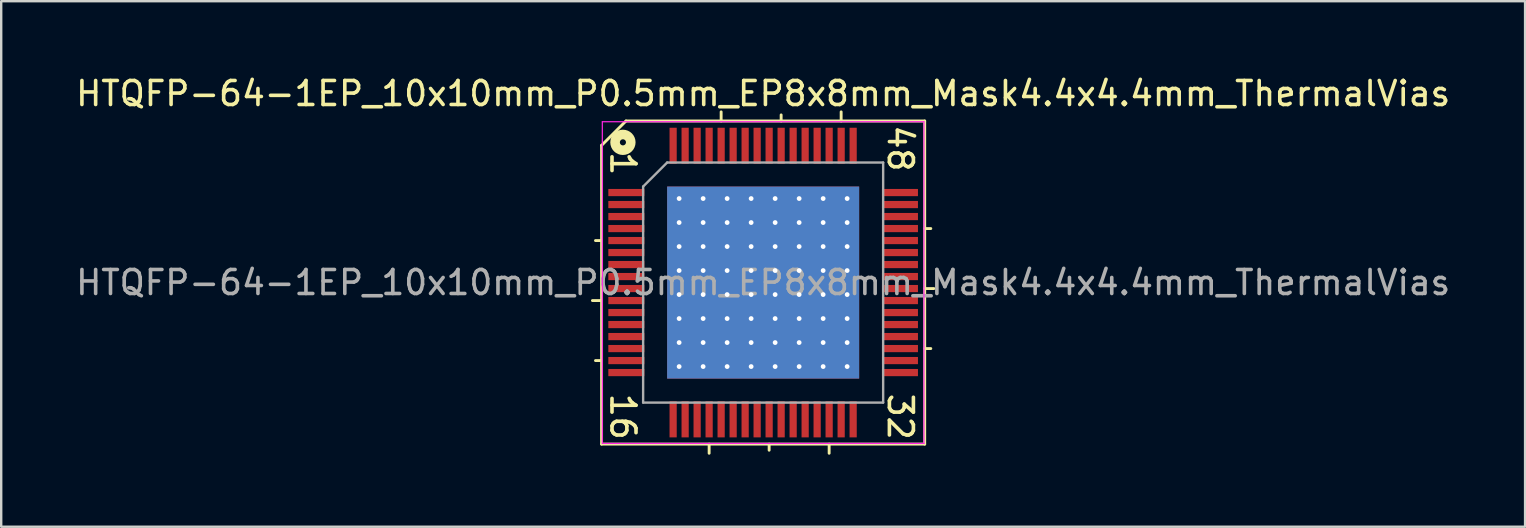
<source format=kicad_pcb>
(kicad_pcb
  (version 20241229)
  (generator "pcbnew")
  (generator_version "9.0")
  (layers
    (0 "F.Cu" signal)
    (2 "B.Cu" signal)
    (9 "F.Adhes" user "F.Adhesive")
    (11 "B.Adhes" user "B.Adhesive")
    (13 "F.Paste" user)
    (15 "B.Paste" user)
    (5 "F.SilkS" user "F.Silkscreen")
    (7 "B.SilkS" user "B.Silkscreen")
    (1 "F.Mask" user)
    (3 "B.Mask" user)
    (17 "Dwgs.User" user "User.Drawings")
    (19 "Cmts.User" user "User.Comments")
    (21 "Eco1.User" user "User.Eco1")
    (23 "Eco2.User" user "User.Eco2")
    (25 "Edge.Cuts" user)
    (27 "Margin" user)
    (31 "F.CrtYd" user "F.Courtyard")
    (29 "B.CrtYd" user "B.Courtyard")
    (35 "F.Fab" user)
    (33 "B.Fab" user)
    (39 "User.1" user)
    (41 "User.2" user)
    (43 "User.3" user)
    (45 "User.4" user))
  (footprint "HTQFP-64-1EP_10x10mm_P0.5mm_EP8x8mm_Mask4.4x4.4mm_ThermalVias"
    (layer "F.Cu")
    (at 28.744 8.722)
    (property "Reference" "HTQFP-64-1EP_10x10mm_P0.5mm_EP8x8mm_Mask4.4x4.4mm_ThermalVias" (at 0 -7.874 0) (layer "F.SilkS") (effects (font (size 1 1) (thickness 0.15))))
    (attr smd)
    (fp_line (start -6.731 -5.715) (end -6.731 6.731) (stroke (width 0.12) (type solid)) (layer "F.SilkS"))
    (fp_line (start -6.731 -1.75) (end -6.985 -1.75) (stroke (width 0.12) (type solid)) (layer "F.SilkS"))
    (fp_line (start -6.731 0.75) (end -7.112 0.75) (stroke (width 0.12) (type solid)) (layer "F.SilkS"))
    (fp_line (start -6.731 3.25) (end -6.985 3.25) (stroke (width 0.12) (type solid)) (layer "F.SilkS"))
    (fp_line (start -6.731 6.731) (end 6.731 6.731) (stroke (width 0.12) (type solid)) (layer "F.SilkS"))
    (fp_line (start -5.715 -6.731) (end -6.731 -5.715) (stroke (width 0.12) (type solid)) (layer "F.SilkS"))
    (fp_line (start -2.25 6.731) (end -2.25 7.112) (stroke (width 0.12) (type solid)) (layer "F.SilkS"))
    (fp_line (start -1.75 -6.731) (end -1.75 -7.112) (stroke (width 0.12) (type solid)) (layer "F.SilkS"))
    (fp_line (start 0.25 6.731) (end 0.25 6.985) (stroke (width 0.12) (type solid)) (layer "F.SilkS"))
    (fp_line (start 0.75 -6.731) (end 0.75 -6.985) (stroke (width 0.12) (type solid)) (layer "F.SilkS"))
    (fp_line (start 2.75 6.731) (end 2.75 7.112) (stroke (width 0.12) (type solid)) (layer "F.SilkS"))
    (fp_line (start 3.25 -6.731) (end 3.25 -7.112) (stroke (width 0.12) (type solid)) (layer "F.SilkS"))
    (fp_line (start 6.731 -6.731) (end -5.715 -6.731) (stroke (width 0.12) (type solid)) (layer "F.SilkS"))
    (fp_line (start 6.731 -2.25) (end 6.985 -2.25) (stroke (width 0.12) (type solid)) (layer "F.SilkS"))
    (fp_line (start 6.731 0.25) (end 7.112 0.25) (stroke (width 0.12) (type solid)) (layer "F.SilkS"))
    (fp_line (start 6.731 2.75) (end 6.985 2.75) (stroke (width 0.12) (type solid)) (layer "F.SilkS"))
    (fp_line (start 6.731 6.731) (end 6.731 -6.731) (stroke (width 0.12) (type solid)) (layer "F.SilkS"))
    (fp_circle (center -5.842 -5.842) (end -5.715 -5.842) (stroke (width 0.4) (type solid)) (fill no) (layer "F.SilkS"))
    (fp_line (start -6.7 -6.7) (end -6.7 6.7) (stroke (width 0.05) (type solid)) (layer "F.CrtYd"))
    (fp_line (start -6.7 -6.7) (end 6.7 -6.7) (stroke (width 0.05) (type solid)) (layer "F.CrtYd"))
    (fp_line (start -6.7 6.7) (end 6.7 6.7) (stroke (width 0.05) (type solid)) (layer "F.CrtYd"))
    (fp_line (start 6.7 -6.7) (end 6.7 6.7) (stroke (width 0.05) (type solid)) (layer "F.CrtYd"))
    (fp_line (start -5 -4) (end -4 -5) (stroke (width 0.1) (type solid)) (layer "F.Fab"))
    (fp_line (start -5 5) (end -5 -4) (stroke (width 0.1) (type solid)) (layer "F.Fab"))
    (fp_line (start -4 -5) (end 5 -5) (stroke (width 0.1) (type solid)) (layer "F.Fab"))
    (fp_line (start 5 -5) (end 5 5) (stroke (width 0.1) (type solid)) (layer "F.Fab"))
    (fp_line (start 5 5) (end -5 5) (stroke (width 0.1) (type solid)) (layer "F.Fab"))
    (fp_text user "48" (at 5.715 -5.588 270) (unlocked yes) (layer "F.SilkS") (effects (font (size 1 1) (thickness 0.15))))
    (fp_text user "1" (at -5.842 -4.953 270) (unlocked yes) (layer "F.SilkS") (effects (font (size 1 1) (thickness 0.15))))
    (fp_text user "16" (at -5.842 5.588 270) (unlocked yes) (layer "F.SilkS") (effects (font (size 1 1) (thickness 0.15))))
    (fp_text user "32" (at 5.715 5.588 270) (unlocked yes) (layer "F.SilkS") (effects (font (size 1 1) (thickness 0.15))))
    (fp_text user "${REFERENCE}" (at 0 0 0) (layer "F.Fab") (effects (font (size 1 1) (thickness 0.15))))
    (pad "" smd rect (at -1.1 -1.1 180) (size 1.75 1.75) (layers "F.Paste"))
    (pad "" smd rect (at -1.1 1.1 180) (size 1.75 1.75) (layers "F.Paste"))
    (pad "" smd rect (at 0 0 180) (size 4.4 4.4) (layers "F.Mask"))
    (pad "" smd rect (at 1.1 -1.1 180) (size 1.75 1.75) (layers "F.Paste"))
    (pad "" smd rect (at 1.1 1.1 180) (size 1.75 1.75) (layers "F.Paste"))
    (pad "1" smd rect (at -5.7 -3.75) (size 1.5 0.3) (layers "F.Cu" "F.Mask" "F.Paste"))
    (pad "2" smd rect (at -5.7 -3.25) (size 1.5 0.3) (layers "F.Cu" "F.Mask" "F.Paste"))
    (pad "3" smd rect (at -5.7 -2.75) (size 1.5 0.3) (layers "F.Cu" "F.Mask" "F.Paste"))
    (pad "4" smd rect (at -5.7 -2.25) (size 1.5 0.3) (layers "F.Cu" "F.Mask" "F.Paste"))
    (pad "5" smd rect (at -5.7 -1.75) (size 1.5 0.3) (layers "F.Cu" "F.Mask" "F.Paste"))
    (pad "6" smd rect (at -5.7 -1.25) (size 1.5 0.3) (layers "F.Cu" "F.Mask" "F.Paste"))
    (pad "7" smd rect (at -5.7 -0.75) (size 1.5 0.3) (layers "F.Cu" "F.Mask" "F.Paste"))
    (pad "8" smd rect (at -5.7 -0.25) (size 1.5 0.3) (layers "F.Cu" "F.Mask" "F.Paste"))
    (pad "9" smd rect (at -5.7 0.25) (size 1.5 0.3) (layers "F.Cu" "F.Mask" "F.Paste"))
    (pad "10" smd rect (at -5.7 0.75) (size 1.5 0.3) (layers "F.Cu" "F.Mask" "F.Paste"))
    (pad "11" smd rect (at -5.7 1.25) (size 1.5 0.3) (layers "F.Cu" "F.Mask" "F.Paste"))
    (pad "12" smd rect (at -5.7 1.75) (size 1.5 0.3) (layers "F.Cu" "F.Mask" "F.Paste"))
    (pad "13" smd rect (at -5.7 2.25) (size 1.5 0.3) (layers "F.Cu" "F.Mask" "F.Paste"))
    (pad "14" smd rect (at -5.7 2.75) (size 1.5 0.3) (layers "F.Cu" "F.Mask" "F.Paste"))
    (pad "15" smd rect (at -5.7 3.25) (size 1.5 0.3) (layers "F.Cu" "F.Mask" "F.Paste"))
    (pad "16" smd rect (at -5.7 3.75) (size 1.5 0.3) (layers "F.Cu" "F.Mask" "F.Paste"))
    (pad "17" smd rect (at -3.75 5.7 90) (size 1.5 0.3) (layers "F.Cu" "F.Mask" "F.Paste"))
    (pad "18" smd rect (at -3.25 5.7 90) (size 1.5 0.3) (layers "F.Cu" "F.Mask" "F.Paste"))
    (pad "19" smd rect (at -2.75 5.7 90) (size 1.5 0.3) (layers "F.Cu" "F.Mask" "F.Paste"))
    (pad "20" smd rect (at -2.25 5.7 90) (size 1.5 0.3) (layers "F.Cu" "F.Mask" "F.Paste"))
    (pad "21" smd rect (at -1.75 5.7 90) (size 1.5 0.3) (layers "F.Cu" "F.Mask" "F.Paste"))
    (pad "22" smd rect (at -1.25 5.7 90) (size 1.5 0.3) (layers "F.Cu" "F.Mask" "F.Paste"))
    (pad "23" smd rect (at -0.75 5.7 90) (size 1.5 0.3) (layers "F.Cu" "F.Mask" "F.Paste"))
    (pad "24" smd rect (at -0.25 5.7 90) (size 1.5 0.3) (layers "F.Cu" "F.Mask" "F.Paste"))
    (pad "25" smd rect (at 0.25 5.7 90) (size 1.5 0.3) (layers "F.Cu" "F.Mask" "F.Paste"))
    (pad "26" smd rect (at 0.75 5.7 90) (size 1.5 0.3) (layers "F.Cu" "F.Mask" "F.Paste"))
    (pad "27" smd rect (at 1.25 5.7 90) (size 1.5 0.3) (layers "F.Cu" "F.Mask" "F.Paste"))
    (pad "28" smd rect (at 1.75 5.7 90) (size 1.5 0.3) (layers "F.Cu" "F.Mask" "F.Paste"))
    (pad "29" smd rect (at 2.25 5.7 90) (size 1.5 0.3) (layers "F.Cu" "F.Mask" "F.Paste"))
    (pad "30" smd rect (at 2.75 5.7 90) (size 1.5 0.3) (layers "F.Cu" "F.Mask" "F.Paste"))
    (pad "31" smd rect (at 3.25 5.7 90) (size 1.5 0.3) (layers "F.Cu" "F.Mask" "F.Paste"))
    (pad "32" smd rect (at 3.75 5.7 90) (size 1.5 0.3) (layers "F.Cu" "F.Mask" "F.Paste"))
    (pad "33" smd rect (at 5.7 3.75) (size 1.5 0.3) (layers "F.Cu" "F.Mask" "F.Paste"))
    (pad "34" smd rect (at 5.7 3.25) (size 1.5 0.3) (layers "F.Cu" "F.Mask" "F.Paste"))
    (pad "35" smd rect (at 5.7 2.75) (size 1.5 0.3) (layers "F.Cu" "F.Mask" "F.Paste"))
    (pad "36" smd rect (at 5.7 2.25) (size 1.5 0.3) (layers "F.Cu" "F.Mask" "F.Paste"))
    (pad "37" smd rect (at 5.7 1.75) (size 1.5 0.3) (layers "F.Cu" "F.Mask" "F.Paste"))
    (pad "38" smd rect (at 5.7 1.25) (size 1.5 0.3) (layers "F.Cu" "F.Mask" "F.Paste"))
    (pad "39" smd rect (at 5.7 0.75) (size 1.5 0.3) (layers "F.Cu" "F.Mask" "F.Paste"))
    (pad "40" smd rect (at 5.7 0.25) (size 1.5 0.3) (layers "F.Cu" "F.Mask" "F.Paste"))
    (pad "41" smd rect (at 5.7 -0.25) (size 1.5 0.3) (layers "F.Cu" "F.Mask" "F.Paste"))
    (pad "42" smd rect (at 5.7 -0.75) (size 1.5 0.3) (layers "F.Cu" "F.Mask" "F.Paste"))
    (pad "43" smd rect (at 5.7 -1.25) (size 1.5 0.3) (layers "F.Cu" "F.Mask" "F.Paste"))
    (pad "44" smd rect (at 5.7 -1.75) (size 1.5 0.3) (layers "F.Cu" "F.Mask" "F.Paste"))
    (pad "45" smd rect (at 5.7 -2.25) (size 1.5 0.3) (layers "F.Cu" "F.Mask" "F.Paste"))
    (pad "46" smd rect (at 5.7 -2.75) (size 1.5 0.3) (layers "F.Cu" "F.Mask" "F.Paste"))
    (pad "47" smd rect (at 5.7 -3.25) (size 1.5 0.3) (layers "F.Cu" "F.Mask" "F.Paste"))
    (pad "48" smd rect (at 5.7 -3.75) (size 1.5 0.3) (layers "F.Cu" "F.Mask" "F.Paste"))
    (pad "49" smd rect (at 3.75 -5.7 90) (size 1.5 0.3) (layers "F.Cu" "F.Mask" "F.Paste"))
    (pad "50" smd rect (at 3.25 -5.7 90) (size 1.5 0.3) (layers "F.Cu" "F.Mask" "F.Paste"))
    (pad "51" smd rect (at 2.75 -5.7 90) (size 1.5 0.3) (layers "F.Cu" "F.Mask" "F.Paste"))
    (pad "52" smd rect (at 2.25 -5.7 90) (size 1.5 0.3) (layers "F.Cu" "F.Mask" "F.Paste"))
    (pad "53" smd rect (at 1.75 -5.7 90) (size 1.5 0.3) (layers "F.Cu" "F.Mask" "F.Paste"))
    (pad "54" smd rect (at 1.25 -5.7 90) (size 1.5 0.3) (layers "F.Cu" "F.Mask" "F.Paste"))
    (pad "55" smd rect (at 0.75 -5.7 90) (size 1.5 0.3) (layers "F.Cu" "F.Mask" "F.Paste"))
    (pad "56" smd rect (at 0.25 -5.7 90) (size 1.5 0.3) (layers "F.Cu" "F.Mask" "F.Paste"))
    (pad "57" smd rect (at -0.25 -5.7 90) (size 1.5 0.3) (layers "F.Cu" "F.Mask" "F.Paste"))
    (pad "58" smd rect (at -0.75 -5.7 90) (size 1.5 0.3) (layers "F.Cu" "F.Mask" "F.Paste"))
    (pad "59" smd rect (at -1.25 -5.7 90) (size 1.5 0.3) (layers "F.Cu" "F.Mask" "F.Paste"))
    (pad "60" smd rect (at -1.75 -5.7 90) (size 1.5 0.3) (layers "F.Cu" "F.Mask" "F.Paste"))
    (pad "61" smd rect (at -2.25 -5.7 90) (size 1.5 0.3) (layers "F.Cu" "F.Mask" "F.Paste"))
    (pad "62" smd rect (at -2.75 -5.7 90) (size 1.5 0.3) (layers "F.Cu" "F.Mask" "F.Paste"))
    (pad "63" smd rect (at -3.25 -5.7 90) (size 1.5 0.3) (layers "F.Cu" "F.Mask" "F.Paste"))
    (pad "64" smd rect (at -3.75 -5.7 90) (size 1.5 0.3) (layers "F.Cu" "F.Mask" "F.Paste"))
    (pad "65" thru_hole circle (at -3.5 -3.5 90) (size 0.5 0.5) (drill 0.2) (layers "*.Cu"))
    (pad "65" thru_hole circle (at -3.5 -2.5 90) (size 0.5 0.5) (drill 0.2) (layers "*.Cu"))
    (pad "65" thru_hole circle (at -3.5 -1.5 90) (size 0.5 0.5) (drill 0.2) (layers "*.Cu"))
    (pad "65" thru_hole circle (at -3.5 -0.5 90) (size 0.5 0.5) (drill 0.2) (layers "*.Cu"))
    (pad "65" thru_hole circle (at -3.5 0.5 90) (size 0.5 0.5) (drill 0.2) (layers "*.Cu"))
    (pad "65" thru_hole circle (at -3.5 1.5 90) (size 0.5 0.5) (drill 0.2) (layers "*.Cu"))
    (pad "65" thru_hole circle (at -3.5 2.5 90) (size 0.5 0.5) (drill 0.2) (layers "*.Cu"))
    (pad "65" thru_hole circle (at -3.5 3.5 90) (size 0.5 0.5) (drill 0.2) (layers "*.Cu"))
    (pad "65" thru_hole circle (at -2.5 -3.5 90) (size 0.5 0.5) (drill 0.2) (layers "*.Cu"))
    (pad "65" thru_hole circle (at -2.5 -2.5 90) (size 0.5 0.5) (drill 0.2) (layers "*.Cu"))
    (pad "65" thru_hole circle (at -2.5 -1.5 90) (size 0.5 0.5) (drill 0.2) (layers "*.Cu"))
    (pad "65" thru_hole circle (at -2.5 -0.5 90) (size 0.5 0.5) (drill 0.2) (layers "*.Cu"))
    (pad "65" thru_hole circle (at -2.5 0.5 90) (size 0.5 0.5) (drill 0.2) (layers "*.Cu"))
    (pad "65" thru_hole circle (at -2.5 1.5 90) (size 0.5 0.5) (drill 0.2) (layers "*.Cu"))
    (pad "65" thru_hole circle (at -2.5 2.5 90) (size 0.5 0.5) (drill 0.2) (layers "*.Cu"))
    (pad "65" thru_hole circle (at -2.5 3.5 90) (size 0.5 0.5) (drill 0.2) (layers "*.Cu"))
    (pad "65" thru_hole circle (at -1.5 -3.5 90) (size 0.5 0.5) (drill 0.2) (layers "*.Cu"))
    (pad "65" thru_hole circle (at -1.5 -2.5 90) (size 0.5 0.5) (drill 0.2) (layers "*.Cu"))
    (pad "65" thru_hole circle (at -1.5 -1.5 90) (size 0.5 0.5) (drill 0.2) (layers "*.Cu"))
    (pad "65" thru_hole circle (at -1.5 -0.5 90) (size 0.5 0.5) (drill 0.2) (layers "*.Cu"))
    (pad "65" thru_hole circle (at -1.5 0.5 90) (size 0.5 0.5) (drill 0.2) (layers "*.Cu"))
    (pad "65" thru_hole circle (at -1.5 1.5 90) (size 0.5 0.5) (drill 0.2) (layers "*.Cu"))
    (pad "65" thru_hole circle (at -1.5 2.5 90) (size 0.5 0.5) (drill 0.2) (layers "*.Cu"))
    (pad "65" thru_hole circle (at -1.5 3.5 90) (size 0.5 0.5) (drill 0.2) (layers "*.Cu"))
    (pad "65" thru_hole circle (at -0.5 -3.5 90) (size 0.5 0.5) (drill 0.2) (layers "*.Cu"))
    (pad "65" thru_hole circle (at -0.5 -2.5 90) (size 0.5 0.5) (drill 0.2) (layers "*.Cu"))
    (pad "65" thru_hole circle (at -0.5 -1.5 90) (size 0.5 0.5) (drill 0.2) (layers "*.Cu"))
    (pad "65" thru_hole circle (at -0.5 -0.5 90) (size 0.5 0.5) (drill 0.2) (layers "*.Cu"))
    (pad "65" thru_hole circle (at -0.5 0.5 90) (size 0.5 0.5) (drill 0.2) (layers "*.Cu"))
    (pad "65" thru_hole circle (at -0.5 1.5 90) (size 0.5 0.5) (drill 0.2) (layers "*.Cu"))
    (pad "65" thru_hole circle (at -0.5 2.5 90) (size 0.5 0.5) (drill 0.2) (layers "*.Cu"))
    (pad "65" thru_hole circle (at -0.5 3.5 90) (size 0.5 0.5) (drill 0.2) (layers "*.Cu"))
    (pad "65" smd rect (at 0 0 180) (size 8 8) (layers "F.Cu"))
    (pad "65" smd rect (at 0 0 180) (size 8 8) (layers "B.Cu" "B.Mask"))
    (pad "65" thru_hole circle (at 0.5 -3.5 90) (size 0.5 0.5) (drill 0.2) (layers "*.Cu"))
    (pad "65" thru_hole circle (at 0.5 -2.5 90) (size 0.5 0.5) (drill 0.2) (layers "*.Cu"))
    (pad "65" thru_hole circle (at 0.5 -1.5 90) (size 0.5 0.5) (drill 0.2) (layers "*.Cu"))
    (pad "65" thru_hole circle (at 0.5 -0.5 90) (size 0.5 0.5) (drill 0.2) (layers "*.Cu"))
    (pad "65" thru_hole circle (at 0.5 0.5 90) (size 0.5 0.5) (drill 0.2) (layers "*.Cu"))
    (pad "65" thru_hole circle (at 0.5 1.5 90) (size 0.5 0.5) (drill 0.2) (layers "*.Cu"))
    (pad "65" thru_hole circle (at 0.5 2.5 90) (size 0.5 0.5) (drill 0.2) (layers "*.Cu"))
    (pad "65" thru_hole circle (at 0.5 3.5 90) (size 0.5 0.5) (drill 0.2) (layers "*.Cu"))
    (pad "65" thru_hole circle (at 1.5 -3.5 90) (size 0.5 0.5) (drill 0.2) (layers "*.Cu"))
    (pad "65" thru_hole circle (at 1.5 -2.5 90) (size 0.5 0.5) (drill 0.2) (layers "*.Cu"))
    (pad "65" thru_hole circle (at 1.5 -1.5 90) (size 0.5 0.5) (drill 0.2) (layers "*.Cu"))
    (pad "65" thru_hole circle (at 1.5 -0.5 90) (size 0.5 0.5) (drill 0.2) (layers "*.Cu"))
    (pad "65" thru_hole circle (at 1.5 0.5 90) (size 0.5 0.5) (drill 0.2) (layers "*.Cu"))
    (pad "65" thru_hole circle (at 1.5 1.5 90) (size 0.5 0.5) (drill 0.2) (layers "*.Cu"))
    (pad "65" thru_hole circle (at 1.5 2.5 90) (size 0.5 0.5) (drill 0.2) (layers "*.Cu"))
    (pad "65" thru_hole circle (at 1.5 3.5 90) (size 0.5 0.5) (drill 0.2) (layers "*.Cu"))
    (pad "65" thru_hole circle (at 2.5 -3.5 90) (size 0.5 0.5) (drill 0.2) (layers "*.Cu"))
    (pad "65" thru_hole circle (at 2.5 -2.5 90) (size 0.5 0.5) (drill 0.2) (layers "*.Cu"))
    (pad "65" thru_hole circle (at 2.5 -1.5 90) (size 0.5 0.5) (drill 0.2) (layers "*.Cu"))
    (pad "65" thru_hole circle (at 2.5 -0.5 90) (size 0.5 0.5) (drill 0.2) (layers "*.Cu"))
    (pad "65" thru_hole circle (at 2.5 0.5 90) (size 0.5 0.5) (drill 0.2) (layers "*.Cu"))
    (pad "65" thru_hole circle (at 2.5 1.5 90) (size 0.5 0.5) (drill 0.2) (layers "*.Cu"))
    (pad "65" thru_hole circle (at 2.5 2.5 90) (size 0.5 0.5) (drill 0.2) (layers "*.Cu"))
    (pad "65" thru_hole circle (at 2.5 3.5 90) (size 0.5 0.5) (drill 0.2) (layers "*.Cu"))
    (pad "65" thru_hole circle (at 3.5 -3.5 90) (size 0.5 0.5) (drill 0.2) (layers "*.Cu"))
    (pad "65" thru_hole circle (at 3.5 -2.5 90) (size 0.5 0.5) (drill 0.2) (layers "*.Cu"))
    (pad "65" thru_hole circle (at 3.5 -1.5 90) (size 0.5 0.5) (drill 0.2) (layers "*.Cu"))
    (pad "65" thru_hole circle (at 3.5 -0.5 90) (size 0.5 0.5) (drill 0.2) (layers "*.Cu"))
    (pad "65" thru_hole circle (at 3.5 0.5 90) (size 0.5 0.5) (drill 0.2) (layers "*.Cu"))
    (pad "65" thru_hole circle (at 3.5 1.5 90) (size 0.5 0.5) (drill 0.2) (layers "*.Cu"))
    (pad "65" thru_hole circle (at 3.5 2.5 90) (size 0.5 0.5) (drill 0.2) (layers "*.Cu"))
    (pad "65" thru_hole circle (at 3.5 3.5 90) (size 0.5 0.5) (drill 0.2) (layers "*.Cu")))
  (gr_rect
    (start -3 -3)
    (end 60.488 18.894)
    (stroke (width 0.1) (type default))
    (fill no)
    (layer "Edge.Cuts")))
</source>
